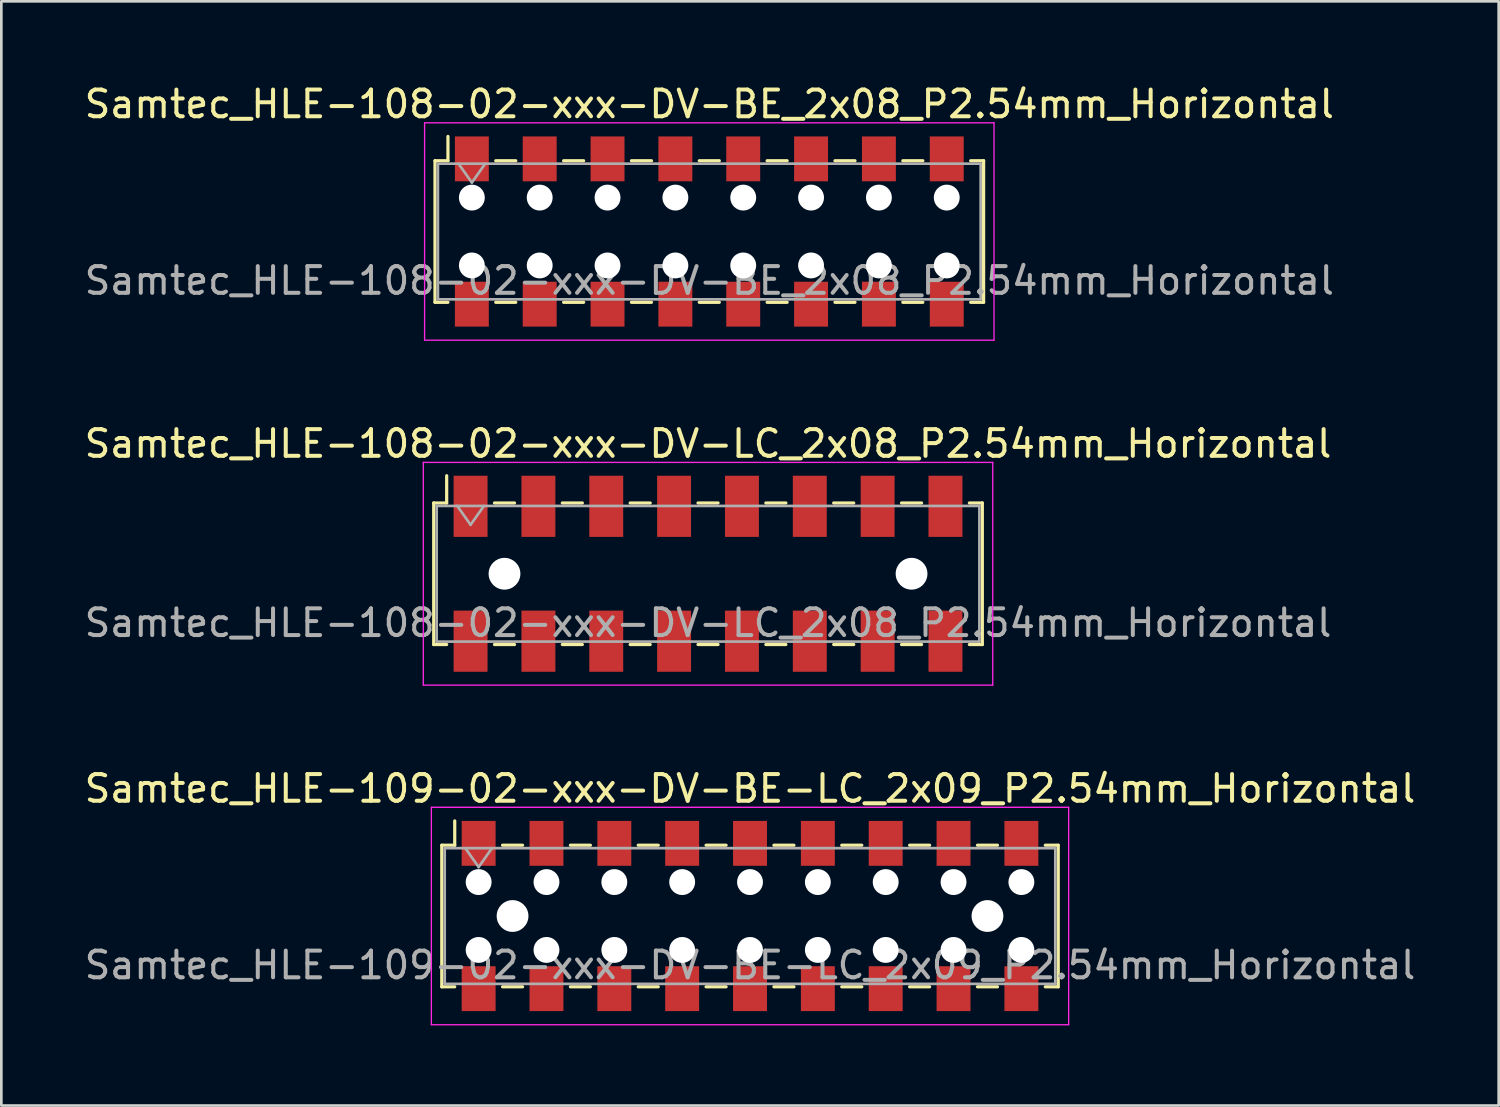
<source format=kicad_pcb>
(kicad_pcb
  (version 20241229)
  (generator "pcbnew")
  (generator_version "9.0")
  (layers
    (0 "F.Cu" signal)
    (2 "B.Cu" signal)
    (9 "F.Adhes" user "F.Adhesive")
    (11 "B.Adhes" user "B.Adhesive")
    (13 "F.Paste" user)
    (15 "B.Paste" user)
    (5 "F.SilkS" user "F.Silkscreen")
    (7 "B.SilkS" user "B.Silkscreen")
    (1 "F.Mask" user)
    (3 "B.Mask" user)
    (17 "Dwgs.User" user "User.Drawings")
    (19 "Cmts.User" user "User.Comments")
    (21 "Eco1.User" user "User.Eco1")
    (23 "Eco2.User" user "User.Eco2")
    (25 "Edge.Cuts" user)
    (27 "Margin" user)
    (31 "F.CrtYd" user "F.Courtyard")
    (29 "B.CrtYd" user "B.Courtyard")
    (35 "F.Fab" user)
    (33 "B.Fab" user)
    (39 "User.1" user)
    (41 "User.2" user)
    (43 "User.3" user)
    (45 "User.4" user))
  (footprint "Samtec_HLE-109-02-xxx-DV-BE-LC_2x09_P2.54mm_Horizontal"
    (layer "F.Cu")
    (at 25.03 31.245)
    (property "Reference" "Samtec_HLE-109-02-xxx-DV-BE-LC_2x09_P2.54mm_Horizontal" (at 0 -4.77 0) (layer "F.SilkS") (effects (font (size 1 1) (thickness 0.15))))
    (attr smd)
    (fp_line (start -11.54 -2.65) (end -11.54 2.65) (stroke (width 0.12) (type solid)) (layer "F.SilkS"))
    (fp_line (start -11.54 2.65) (end -11.055 2.65) (stroke (width 0.12) (type solid)) (layer "F.SilkS"))
    (fp_line (start -11.055 -3.56) (end -11.055 -2.65) (stroke (width 0.12) (type solid)) (layer "F.SilkS"))
    (fp_line (start -11.055 -2.65) (end -11.54 -2.65) (stroke (width 0.12) (type solid)) (layer "F.SilkS"))
    (fp_line (start -9.265 -2.65) (end -8.515 -2.65) (stroke (width 0.12) (type solid)) (layer "F.SilkS"))
    (fp_line (start -9.265 2.65) (end -8.515 2.65) (stroke (width 0.12) (type solid)) (layer "F.SilkS"))
    (fp_line (start -6.725 -2.65) (end -5.975 -2.65) (stroke (width 0.12) (type solid)) (layer "F.SilkS"))
    (fp_line (start -6.725 2.65) (end -5.975 2.65) (stroke (width 0.12) (type solid)) (layer "F.SilkS"))
    (fp_line (start -4.185 -2.65) (end -3.435 -2.65) (stroke (width 0.12) (type solid)) (layer "F.SilkS"))
    (fp_line (start -4.185 2.65) (end -3.435 2.65) (stroke (width 0.12) (type solid)) (layer "F.SilkS"))
    (fp_line (start -1.645 -2.65) (end -0.895 -2.65) (stroke (width 0.12) (type solid)) (layer "F.SilkS"))
    (fp_line (start -1.645 2.65) (end -0.895 2.65) (stroke (width 0.12) (type solid)) (layer "F.SilkS"))
    (fp_line (start 0.895 -2.65) (end 1.645 -2.65) (stroke (width 0.12) (type solid)) (layer "F.SilkS"))
    (fp_line (start 0.895 2.65) (end 1.645 2.65) (stroke (width 0.12) (type solid)) (layer "F.SilkS"))
    (fp_line (start 3.435 -2.65) (end 4.185 -2.65) (stroke (width 0.12) (type solid)) (layer "F.SilkS"))
    (fp_line (start 3.435 2.65) (end 4.185 2.65) (stroke (width 0.12) (type solid)) (layer "F.SilkS"))
    (fp_line (start 5.975 -2.65) (end 6.725 -2.65) (stroke (width 0.12) (type solid)) (layer "F.SilkS"))
    (fp_line (start 5.975 2.65) (end 6.725 2.65) (stroke (width 0.12) (type solid)) (layer "F.SilkS"))
    (fp_line (start 8.515 -2.65) (end 9.265 -2.65) (stroke (width 0.12) (type solid)) (layer "F.SilkS"))
    (fp_line (start 8.515 2.65) (end 9.265 2.65) (stroke (width 0.12) (type solid)) (layer "F.SilkS"))
    (fp_line (start 11.055 -2.65) (end 11.54 -2.65) (stroke (width 0.12) (type solid)) (layer "F.SilkS"))
    (fp_line (start 11.54 -2.65) (end 11.54 2.65) (stroke (width 0.12) (type solid)) (layer "F.SilkS"))
    (fp_line (start 11.54 2.65) (end 11.055 2.65) (stroke (width 0.12) (type solid)) (layer "F.SilkS"))
    (fp_line (start -11.93 -4.07) (end 11.93 -4.07) (stroke (width 0.05) (type solid)) (layer "F.CrtYd"))
    (fp_line (start -11.93 4.07) (end -11.93 -4.07) (stroke (width 0.05) (type solid)) (layer "F.CrtYd"))
    (fp_line (start 11.93 -4.07) (end 11.93 4.07) (stroke (width 0.05) (type solid)) (layer "F.CrtYd"))
    (fp_line (start 11.93 4.07) (end -11.93 4.07) (stroke (width 0.05) (type solid)) (layer "F.CrtYd"))
    (fp_line (start -11.43 -2.54) (end 11.43 -2.54) (stroke (width 0.1) (type solid)) (layer "F.Fab"))
    (fp_line (start -11.43 2.54) (end -11.43 -2.54) (stroke (width 0.1) (type solid)) (layer "F.Fab"))
    (fp_line (start -10.66 -2.54) (end -10.16 -1.833) (stroke (width 0.1) (type solid)) (layer "F.Fab"))
    (fp_line (start -10.16 -1.833) (end -9.66 -2.54) (stroke (width 0.1) (type solid)) (layer "F.Fab"))
    (fp_line (start 11.43 -2.54) (end 11.43 2.54) (stroke (width 0.1) (type solid)) (layer "F.Fab"))
    (fp_line (start 11.43 2.54) (end -11.43 2.54) (stroke (width 0.1) (type solid)) (layer "F.Fab"))
    (fp_text user "${REFERENCE}" (at 0 1.84 0) (layer "F.Fab") (effects (font (size 1 1) (thickness 0.15))))
    (pad "" np_thru_hole circle (at -10.16 -1.27) (size 0.97 0.97) (drill 0.97) (layers "*.Cu" "*.Mask"))
    (pad "" np_thru_hole circle (at -10.16 1.27) (size 0.97 0.97) (drill 0.97) (layers "*.Cu" "*.Mask"))
    (pad "" np_thru_hole circle (at -8.89 0) (size 1.19 1.19) (drill 1.19) (layers "*.Cu" "*.Mask"))
    (pad "" np_thru_hole circle (at -7.62 -1.27) (size 0.97 0.97) (drill 0.97) (layers "*.Cu" "*.Mask"))
    (pad "" np_thru_hole circle (at -7.62 1.27) (size 0.97 0.97) (drill 0.97) (layers "*.Cu" "*.Mask"))
    (pad "" np_thru_hole circle (at -5.08 -1.27) (size 0.97 0.97) (drill 0.97) (layers "*.Cu" "*.Mask"))
    (pad "" np_thru_hole circle (at -5.08 1.27) (size 0.97 0.97) (drill 0.97) (layers "*.Cu" "*.Mask"))
    (pad "" np_thru_hole circle (at -2.54 -1.27) (size 0.97 0.97) (drill 0.97) (layers "*.Cu" "*.Mask"))
    (pad "" np_thru_hole circle (at -2.54 1.27) (size 0.97 0.97) (drill 0.97) (layers "*.Cu" "*.Mask"))
    (pad "" np_thru_hole circle (at 0 -1.27) (size 0.97 0.97) (drill 0.97) (layers "*.Cu" "*.Mask"))
    (pad "" np_thru_hole circle (at 0 1.27) (size 0.97 0.97) (drill 0.97) (layers "*.Cu" "*.Mask"))
    (pad "" np_thru_hole circle (at 2.54 -1.27) (size 0.97 0.97) (drill 0.97) (layers "*.Cu" "*.Mask"))
    (pad "" np_thru_hole circle (at 2.54 1.27) (size 0.97 0.97) (drill 0.97) (layers "*.Cu" "*.Mask"))
    (pad "" np_thru_hole circle (at 5.08 -1.27) (size 0.97 0.97) (drill 0.97) (layers "*.Cu" "*.Mask"))
    (pad "" np_thru_hole circle (at 5.08 1.27) (size 0.97 0.97) (drill 0.97) (layers "*.Cu" "*.Mask"))
    (pad "" np_thru_hole circle (at 7.62 -1.27) (size 0.97 0.97) (drill 0.97) (layers "*.Cu" "*.Mask"))
    (pad "" np_thru_hole circle (at 7.62 1.27) (size 0.97 0.97) (drill 0.97) (layers "*.Cu" "*.Mask"))
    (pad "" np_thru_hole circle (at 8.89 0) (size 1.19 1.19) (drill 1.19) (layers "*.Cu" "*.Mask"))
    (pad "" np_thru_hole circle (at 10.16 -1.27) (size 0.97 0.97) (drill 0.97) (layers "*.Cu" "*.Mask"))
    (pad "" np_thru_hole circle (at 10.16 1.27) (size 0.97 0.97) (drill 0.97) (layers "*.Cu" "*.Mask"))
    (pad "1" smd rect (at -10.16 -2.72) (size 1.27 1.68) (layers "F.Cu" "F.Mask" "F.Paste"))
    (pad "2" smd rect (at -10.16 2.72) (size 1.27 1.68) (layers "F.Cu" "F.Mask" "F.Paste"))
    (pad "3" smd rect (at -7.62 -2.72) (size 1.27 1.68) (layers "F.Cu" "F.Mask" "F.Paste"))
    (pad "4" smd rect (at -7.62 2.72) (size 1.27 1.68) (layers "F.Cu" "F.Mask" "F.Paste"))
    (pad "5" smd rect (at -5.08 -2.72) (size 1.27 1.68) (layers "F.Cu" "F.Mask" "F.Paste"))
    (pad "6" smd rect (at -5.08 2.72) (size 1.27 1.68) (layers "F.Cu" "F.Mask" "F.Paste"))
    (pad "7" smd rect (at -2.54 -2.72) (size 1.27 1.68) (layers "F.Cu" "F.Mask" "F.Paste"))
    (pad "8" smd rect (at -2.54 2.72) (size 1.27 1.68) (layers "F.Cu" "F.Mask" "F.Paste"))
    (pad "9" smd rect (at 0 -2.72) (size 1.27 1.68) (layers "F.Cu" "F.Mask" "F.Paste"))
    (pad "10" smd rect (at 0 2.72) (size 1.27 1.68) (layers "F.Cu" "F.Mask" "F.Paste"))
    (pad "11" smd rect (at 2.54 -2.72) (size 1.27 1.68) (layers "F.Cu" "F.Mask" "F.Paste"))
    (pad "12" smd rect (at 2.54 2.72) (size 1.27 1.68) (layers "F.Cu" "F.Mask" "F.Paste"))
    (pad "13" smd rect (at 5.08 -2.72) (size 1.27 1.68) (layers "F.Cu" "F.Mask" "F.Paste"))
    (pad "14" smd rect (at 5.08 2.72) (size 1.27 1.68) (layers "F.Cu" "F.Mask" "F.Paste"))
    (pad "15" smd rect (at 7.62 -2.72) (size 1.27 1.68) (layers "F.Cu" "F.Mask" "F.Paste"))
    (pad "16" smd rect (at 7.62 2.72) (size 1.27 1.68) (layers "F.Cu" "F.Mask" "F.Paste"))
    (pad "17" smd rect (at 10.16 -2.72) (size 1.27 1.68) (layers "F.Cu" "F.Mask" "F.Paste"))
    (pad "18" smd rect (at 10.16 2.72) (size 1.27 1.68) (layers "F.Cu" "F.Mask" "F.Paste")))
  (footprint "Samtec_HLE-108-02-xxx-DV-LC_2x08_P2.54mm_Horizontal"
    (layer "F.Cu")
    (at 23.458 18.431)
    (property "Reference" "Samtec_HLE-108-02-xxx-DV-LC_2x08_P2.54mm_Horizontal" (at 0 -4.87 0) (layer "F.SilkS") (effects (font (size 1 1) (thickness 0.15))))
    (attr smd)
    (fp_line (start -10.27 -2.65) (end -10.27 2.65) (stroke (width 0.12) (type solid)) (layer "F.SilkS"))
    (fp_line (start -10.27 2.65) (end -9.785 2.65) (stroke (width 0.12) (type solid)) (layer "F.SilkS"))
    (fp_line (start -9.785 -3.67) (end -9.785 -2.65) (stroke (width 0.12) (type solid)) (layer "F.SilkS"))
    (fp_line (start -9.785 -2.65) (end -10.27 -2.65) (stroke (width 0.12) (type solid)) (layer "F.SilkS"))
    (fp_line (start -7.995 -2.65) (end -7.245 -2.65) (stroke (width 0.12) (type solid)) (layer "F.SilkS"))
    (fp_line (start -7.995 2.65) (end -7.245 2.65) (stroke (width 0.12) (type solid)) (layer "F.SilkS"))
    (fp_line (start -5.455 -2.65) (end -4.705 -2.65) (stroke (width 0.12) (type solid)) (layer "F.SilkS"))
    (fp_line (start -5.455 2.65) (end -4.705 2.65) (stroke (width 0.12) (type solid)) (layer "F.SilkS"))
    (fp_line (start -2.915 -2.65) (end -2.165 -2.65) (stroke (width 0.12) (type solid)) (layer "F.SilkS"))
    (fp_line (start -2.915 2.65) (end -2.165 2.65) (stroke (width 0.12) (type solid)) (layer "F.SilkS"))
    (fp_line (start -0.375 -2.65) (end 0.375 -2.65) (stroke (width 0.12) (type solid)) (layer "F.SilkS"))
    (fp_line (start -0.375 2.65) (end 0.375 2.65) (stroke (width 0.12) (type solid)) (layer "F.SilkS"))
    (fp_line (start 2.165 -2.65) (end 2.915 -2.65) (stroke (width 0.12) (type solid)) (layer "F.SilkS"))
    (fp_line (start 2.165 2.65) (end 2.915 2.65) (stroke (width 0.12) (type solid)) (layer "F.SilkS"))
    (fp_line (start 4.705 -2.65) (end 5.455 -2.65) (stroke (width 0.12) (type solid)) (layer "F.SilkS"))
    (fp_line (start 4.705 2.65) (end 5.455 2.65) (stroke (width 0.12) (type solid)) (layer "F.SilkS"))
    (fp_line (start 7.245 -2.65) (end 7.995 -2.65) (stroke (width 0.12) (type solid)) (layer "F.SilkS"))
    (fp_line (start 7.245 2.65) (end 7.995 2.65) (stroke (width 0.12) (type solid)) (layer "F.SilkS"))
    (fp_line (start 9.785 -2.65) (end 10.27 -2.65) (stroke (width 0.12) (type solid)) (layer "F.SilkS"))
    (fp_line (start 10.27 -2.65) (end 10.27 2.65) (stroke (width 0.12) (type solid)) (layer "F.SilkS"))
    (fp_line (start 10.27 2.65) (end 9.785 2.65) (stroke (width 0.12) (type solid)) (layer "F.SilkS"))
    (fp_line (start -10.66 -4.17) (end 10.66 -4.17) (stroke (width 0.05) (type solid)) (layer "F.CrtYd"))
    (fp_line (start -10.66 4.17) (end -10.66 -4.17) (stroke (width 0.05) (type solid)) (layer "F.CrtYd"))
    (fp_line (start 10.66 -4.17) (end 10.66 4.17) (stroke (width 0.05) (type solid)) (layer "F.CrtYd"))
    (fp_line (start 10.66 4.17) (end -10.66 4.17) (stroke (width 0.05) (type solid)) (layer "F.CrtYd"))
    (fp_line (start -10.16 -2.54) (end 10.16 -2.54) (stroke (width 0.1) (type solid)) (layer "F.Fab"))
    (fp_line (start -10.16 2.54) (end -10.16 -2.54) (stroke (width 0.1) (type solid)) (layer "F.Fab"))
    (fp_line (start -9.39 -2.54) (end -8.89 -1.833) (stroke (width 0.1) (type solid)) (layer "F.Fab"))
    (fp_line (start -8.89 -1.833) (end -8.39 -2.54) (stroke (width 0.1) (type solid)) (layer "F.Fab"))
    (fp_line (start 10.16 -2.54) (end 10.16 2.54) (stroke (width 0.1) (type solid)) (layer "F.Fab"))
    (fp_line (start 10.16 2.54) (end -10.16 2.54) (stroke (width 0.1) (type solid)) (layer "F.Fab"))
    (fp_text user "${REFERENCE}" (at 0 1.84 0) (layer "F.Fab") (effects (font (size 1 1) (thickness 0.15))))
    (pad "" np_thru_hole circle (at -7.62 0) (size 1.19 1.19) (drill 1.19) (layers "*.Cu" "*.Mask"))
    (pad "" np_thru_hole circle (at 7.62 0) (size 1.19 1.19) (drill 1.19) (layers "*.Cu" "*.Mask"))
    (pad "1" smd rect (at -8.89 -2.525) (size 1.27 2.29) (layers "F.Cu" "F.Mask" "F.Paste"))
    (pad "2" smd rect (at -8.89 2.525) (size 1.27 2.29) (layers "F.Cu" "F.Mask" "F.Paste"))
    (pad "3" smd rect (at -6.35 -2.525) (size 1.27 2.29) (layers "F.Cu" "F.Mask" "F.Paste"))
    (pad "4" smd rect (at -6.35 2.525) (size 1.27 2.29) (layers "F.Cu" "F.Mask" "F.Paste"))
    (pad "5" smd rect (at -3.81 -2.525) (size 1.27 2.29) (layers "F.Cu" "F.Mask" "F.Paste"))
    (pad "6" smd rect (at -3.81 2.525) (size 1.27 2.29) (layers "F.Cu" "F.Mask" "F.Paste"))
    (pad "7" smd rect (at -1.27 -2.525) (size 1.27 2.29) (layers "F.Cu" "F.Mask" "F.Paste"))
    (pad "8" smd rect (at -1.27 2.525) (size 1.27 2.29) (layers "F.Cu" "F.Mask" "F.Paste"))
    (pad "9" smd rect (at 1.27 -2.525) (size 1.27 2.29) (layers "F.Cu" "F.Mask" "F.Paste"))
    (pad "10" smd rect (at 1.27 2.525) (size 1.27 2.29) (layers "F.Cu" "F.Mask" "F.Paste"))
    (pad "11" smd rect (at 3.81 -2.525) (size 1.27 2.29) (layers "F.Cu" "F.Mask" "F.Paste"))
    (pad "12" smd rect (at 3.81 2.525) (size 1.27 2.29) (layers "F.Cu" "F.Mask" "F.Paste"))
    (pad "13" smd rect (at 6.35 -2.525) (size 1.27 2.29) (layers "F.Cu" "F.Mask" "F.Paste"))
    (pad "14" smd rect (at 6.35 2.525) (size 1.27 2.29) (layers "F.Cu" "F.Mask" "F.Paste"))
    (pad "15" smd rect (at 8.89 -2.525) (size 1.27 2.29) (layers "F.Cu" "F.Mask" "F.Paste"))
    (pad "16" smd rect (at 8.89 2.525) (size 1.27 2.29) (layers "F.Cu" "F.Mask" "F.Paste")))
  (footprint "Samtec_HLE-108-02-xxx-DV-BE_2x08_P2.54mm_Horizontal"
    (layer "F.Cu")
    (at 23.506 5.618)
    (property "Reference" "Samtec_HLE-108-02-xxx-DV-BE_2x08_P2.54mm_Horizontal" (at 0 -4.77 0) (layer "F.SilkS") (effects (font (size 1 1) (thickness 0.15))))
    (attr smd)
    (fp_line (start -10.27 -2.65) (end -10.27 2.65) (stroke (width 0.12) (type solid)) (layer "F.SilkS"))
    (fp_line (start -10.27 2.65) (end -9.785 2.65) (stroke (width 0.12) (type solid)) (layer "F.SilkS"))
    (fp_line (start -9.785 -3.56) (end -9.785 -2.65) (stroke (width 0.12) (type solid)) (layer "F.SilkS"))
    (fp_line (start -9.785 -2.65) (end -10.27 -2.65) (stroke (width 0.12) (type solid)) (layer "F.SilkS"))
    (fp_line (start -7.995 -2.65) (end -7.245 -2.65) (stroke (width 0.12) (type solid)) (layer "F.SilkS"))
    (fp_line (start -7.995 2.65) (end -7.245 2.65) (stroke (width 0.12) (type solid)) (layer "F.SilkS"))
    (fp_line (start -5.455 -2.65) (end -4.705 -2.65) (stroke (width 0.12) (type solid)) (layer "F.SilkS"))
    (fp_line (start -5.455 2.65) (end -4.705 2.65) (stroke (width 0.12) (type solid)) (layer "F.SilkS"))
    (fp_line (start -2.915 -2.65) (end -2.165 -2.65) (stroke (width 0.12) (type solid)) (layer "F.SilkS"))
    (fp_line (start -2.915 2.65) (end -2.165 2.65) (stroke (width 0.12) (type solid)) (layer "F.SilkS"))
    (fp_line (start -0.375 -2.65) (end 0.375 -2.65) (stroke (width 0.12) (type solid)) (layer "F.SilkS"))
    (fp_line (start -0.375 2.65) (end 0.375 2.65) (stroke (width 0.12) (type solid)) (layer "F.SilkS"))
    (fp_line (start 2.165 -2.65) (end 2.915 -2.65) (stroke (width 0.12) (type solid)) (layer "F.SilkS"))
    (fp_line (start 2.165 2.65) (end 2.915 2.65) (stroke (width 0.12) (type solid)) (layer "F.SilkS"))
    (fp_line (start 4.705 -2.65) (end 5.455 -2.65) (stroke (width 0.12) (type solid)) (layer "F.SilkS"))
    (fp_line (start 4.705 2.65) (end 5.455 2.65) (stroke (width 0.12) (type solid)) (layer "F.SilkS"))
    (fp_line (start 7.245 -2.65) (end 7.995 -2.65) (stroke (width 0.12) (type solid)) (layer "F.SilkS"))
    (fp_line (start 7.245 2.65) (end 7.995 2.65) (stroke (width 0.12) (type solid)) (layer "F.SilkS"))
    (fp_line (start 9.785 -2.65) (end 10.27 -2.65) (stroke (width 0.12) (type solid)) (layer "F.SilkS"))
    (fp_line (start 10.27 -2.65) (end 10.27 2.65) (stroke (width 0.12) (type solid)) (layer "F.SilkS"))
    (fp_line (start 10.27 2.65) (end 9.785 2.65) (stroke (width 0.12) (type solid)) (layer "F.SilkS"))
    (fp_line (start -10.66 -4.07) (end 10.66 -4.07) (stroke (width 0.05) (type solid)) (layer "F.CrtYd"))
    (fp_line (start -10.66 4.07) (end -10.66 -4.07) (stroke (width 0.05) (type solid)) (layer "F.CrtYd"))
    (fp_line (start 10.66 -4.07) (end 10.66 4.07) (stroke (width 0.05) (type solid)) (layer "F.CrtYd"))
    (fp_line (start 10.66 4.07) (end -10.66 4.07) (stroke (width 0.05) (type solid)) (layer "F.CrtYd"))
    (fp_line (start -10.16 -2.54) (end 10.16 -2.54) (stroke (width 0.1) (type solid)) (layer "F.Fab"))
    (fp_line (start -10.16 2.54) (end -10.16 -2.54) (stroke (width 0.1) (type solid)) (layer "F.Fab"))
    (fp_line (start -9.39 -2.54) (end -8.89 -1.833) (stroke (width 0.1) (type solid)) (layer "F.Fab"))
    (fp_line (start -8.89 -1.833) (end -8.39 -2.54) (stroke (width 0.1) (type solid)) (layer "F.Fab"))
    (fp_line (start 10.16 -2.54) (end 10.16 2.54) (stroke (width 0.1) (type solid)) (layer "F.Fab"))
    (fp_line (start 10.16 2.54) (end -10.16 2.54) (stroke (width 0.1) (type solid)) (layer "F.Fab"))
    (fp_text user "${REFERENCE}" (at 0 1.84 0) (layer "F.Fab") (effects (font (size 1 1) (thickness 0.15))))
    (pad "" np_thru_hole circle (at -8.89 -1.27) (size 0.97 0.97) (drill 0.97) (layers "*.Cu" "*.Mask"))
    (pad "" np_thru_hole circle (at -8.89 1.27) (size 0.97 0.97) (drill 0.97) (layers "*.Cu" "*.Mask"))
    (pad "" np_thru_hole circle (at -6.35 -1.27) (size 0.97 0.97) (drill 0.97) (layers "*.Cu" "*.Mask"))
    (pad "" np_thru_hole circle (at -6.35 1.27) (size 0.97 0.97) (drill 0.97) (layers "*.Cu" "*.Mask"))
    (pad "" np_thru_hole circle (at -3.81 -1.27) (size 0.97 0.97) (drill 0.97) (layers "*.Cu" "*.Mask"))
    (pad "" np_thru_hole circle (at -3.81 1.27) (size 0.97 0.97) (drill 0.97) (layers "*.Cu" "*.Mask"))
    (pad "" np_thru_hole circle (at -1.27 -1.27) (size 0.97 0.97) (drill 0.97) (layers "*.Cu" "*.Mask"))
    (pad "" np_thru_hole circle (at -1.27 1.27) (size 0.97 0.97) (drill 0.97) (layers "*.Cu" "*.Mask"))
    (pad "" np_thru_hole circle (at 1.27 -1.27) (size 0.97 0.97) (drill 0.97) (layers "*.Cu" "*.Mask"))
    (pad "" np_thru_hole circle (at 1.27 1.27) (size 0.97 0.97) (drill 0.97) (layers "*.Cu" "*.Mask"))
    (pad "" np_thru_hole circle (at 3.81 -1.27) (size 0.97 0.97) (drill 0.97) (layers "*.Cu" "*.Mask"))
    (pad "" np_thru_hole circle (at 3.81 1.27) (size 0.97 0.97) (drill 0.97) (layers "*.Cu" "*.Mask"))
    (pad "" np_thru_hole circle (at 6.35 -1.27) (size 0.97 0.97) (drill 0.97) (layers "*.Cu" "*.Mask"))
    (pad "" np_thru_hole circle (at 6.35 1.27) (size 0.97 0.97) (drill 0.97) (layers "*.Cu" "*.Mask"))
    (pad "" np_thru_hole circle (at 8.89 -1.27) (size 0.97 0.97) (drill 0.97) (layers "*.Cu" "*.Mask"))
    (pad "" np_thru_hole circle (at 8.89 1.27) (size 0.97 0.97) (drill 0.97) (layers "*.Cu" "*.Mask"))
    (pad "1" smd rect (at -8.89 -2.72) (size 1.27 1.68) (layers "F.Cu" "F.Mask" "F.Paste"))
    (pad "2" smd rect (at -8.89 2.72) (size 1.27 1.68) (layers "F.Cu" "F.Mask" "F.Paste"))
    (pad "3" smd rect (at -6.35 -2.72) (size 1.27 1.68) (layers "F.Cu" "F.Mask" "F.Paste"))
    (pad "4" smd rect (at -6.35 2.72) (size 1.27 1.68) (layers "F.Cu" "F.Mask" "F.Paste"))
    (pad "5" smd rect (at -3.81 -2.72) (size 1.27 1.68) (layers "F.Cu" "F.Mask" "F.Paste"))
    (pad "6" smd rect (at -3.81 2.72) (size 1.27 1.68) (layers "F.Cu" "F.Mask" "F.Paste"))
    (pad "7" smd rect (at -1.27 -2.72) (size 1.27 1.68) (layers "F.Cu" "F.Mask" "F.Paste"))
    (pad "8" smd rect (at -1.27 2.72) (size 1.27 1.68) (layers "F.Cu" "F.Mask" "F.Paste"))
    (pad "9" smd rect (at 1.27 -2.72) (size 1.27 1.68) (layers "F.Cu" "F.Mask" "F.Paste"))
    (pad "10" smd rect (at 1.27 2.72) (size 1.27 1.68) (layers "F.Cu" "F.Mask" "F.Paste"))
    (pad "11" smd rect (at 3.81 -2.72) (size 1.27 1.68) (layers "F.Cu" "F.Mask" "F.Paste"))
    (pad "12" smd rect (at 3.81 2.72) (size 1.27 1.68) (layers "F.Cu" "F.Mask" "F.Paste"))
    (pad "13" smd rect (at 6.35 -2.72) (size 1.27 1.68) (layers "F.Cu" "F.Mask" "F.Paste"))
    (pad "14" smd rect (at 6.35 2.72) (size 1.27 1.68) (layers "F.Cu" "F.Mask" "F.Paste"))
    (pad "15" smd rect (at 8.89 -2.72) (size 1.27 1.68) (layers "F.Cu" "F.Mask" "F.Paste"))
    (pad "16" smd rect (at 8.89 2.72) (size 1.27 1.68) (layers "F.Cu" "F.Mask" "F.Paste")))
  (gr_rect
    (start -3 -3)
    (end 53.06 38.34)
    (stroke (width 0.1) (type default))
    (fill no)
    (layer "Edge.Cuts")))
</source>
